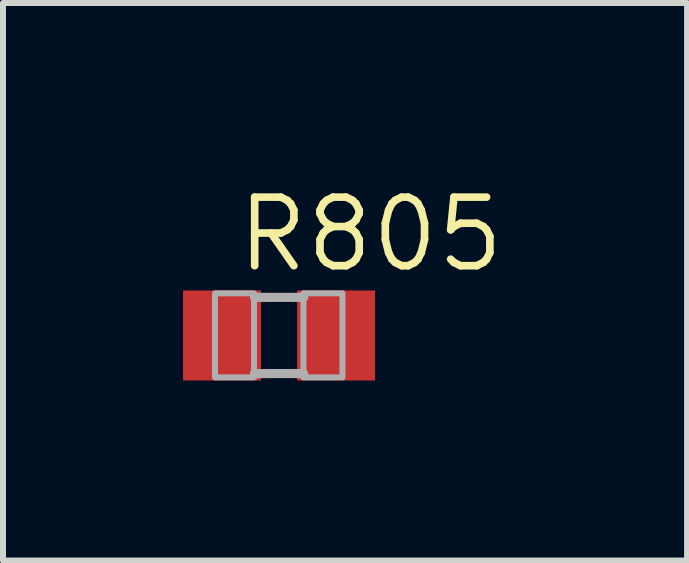
<source format=kicad_pcb>
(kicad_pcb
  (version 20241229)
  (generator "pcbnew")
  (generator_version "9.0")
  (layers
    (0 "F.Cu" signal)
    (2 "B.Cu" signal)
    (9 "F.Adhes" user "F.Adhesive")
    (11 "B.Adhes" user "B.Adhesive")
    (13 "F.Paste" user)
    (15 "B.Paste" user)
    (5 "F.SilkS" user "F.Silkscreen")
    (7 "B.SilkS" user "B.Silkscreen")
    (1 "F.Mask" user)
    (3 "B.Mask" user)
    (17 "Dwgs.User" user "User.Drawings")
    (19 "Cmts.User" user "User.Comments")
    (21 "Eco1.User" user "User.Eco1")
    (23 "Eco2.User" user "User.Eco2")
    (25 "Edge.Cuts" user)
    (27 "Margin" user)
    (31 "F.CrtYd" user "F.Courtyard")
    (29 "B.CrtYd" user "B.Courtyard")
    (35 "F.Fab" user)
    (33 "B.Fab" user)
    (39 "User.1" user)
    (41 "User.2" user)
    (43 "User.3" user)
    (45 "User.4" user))
  (footprint "R805"
    (layer "F.Cu")
    (at 1.6 2.54)
    (property "Reference" "R805" (at -0.762 -1.016 0) (unlocked yes) (layer "F.SilkS") (effects (font (size 1.143 1.143) (thickness 0.127)) (justify left bottom)))
    (fp_line (start -0.41 -0.635) (end 0.41 -0.635) (stroke (width 0.152) (type solid)) (layer "F.Fab"))
    (fp_line (start -0.41 0.635) (end 0.41 0.635) (stroke (width 0.152) (type solid)) (layer "F.Fab"))
    (fp_poly (pts (xy -1.067 0.699) (xy -0.417 0.699) (xy -0.417 -0.702) (xy -1.067 -0.702)) (stroke (width 0.1) (type default)) (fill no) (layer "F.Fab"))
    (fp_poly (pts (xy 0.406 0.699) (xy 1.056 0.699) (xy 1.056 -0.702) (xy 0.406 -0.702)) (stroke (width 0.1) (type default)) (fill no) (layer "F.Fab"))
    (pad "1" smd rect (at -0.95 0) (size 1.3 1.5) (layers "F.Cu" "F.Mask" "F.Paste"))
    (pad "2" smd rect (at 0.95 0) (size 1.3 1.5) (layers "F.Cu" "F.Mask" "F.Paste")))
  (gr_rect
    (start -3 -3)
    (end 8.399 6.29)
    (stroke (width 0.1) (type default))
    (fill no)
    (layer "Edge.Cuts")))
</source>
